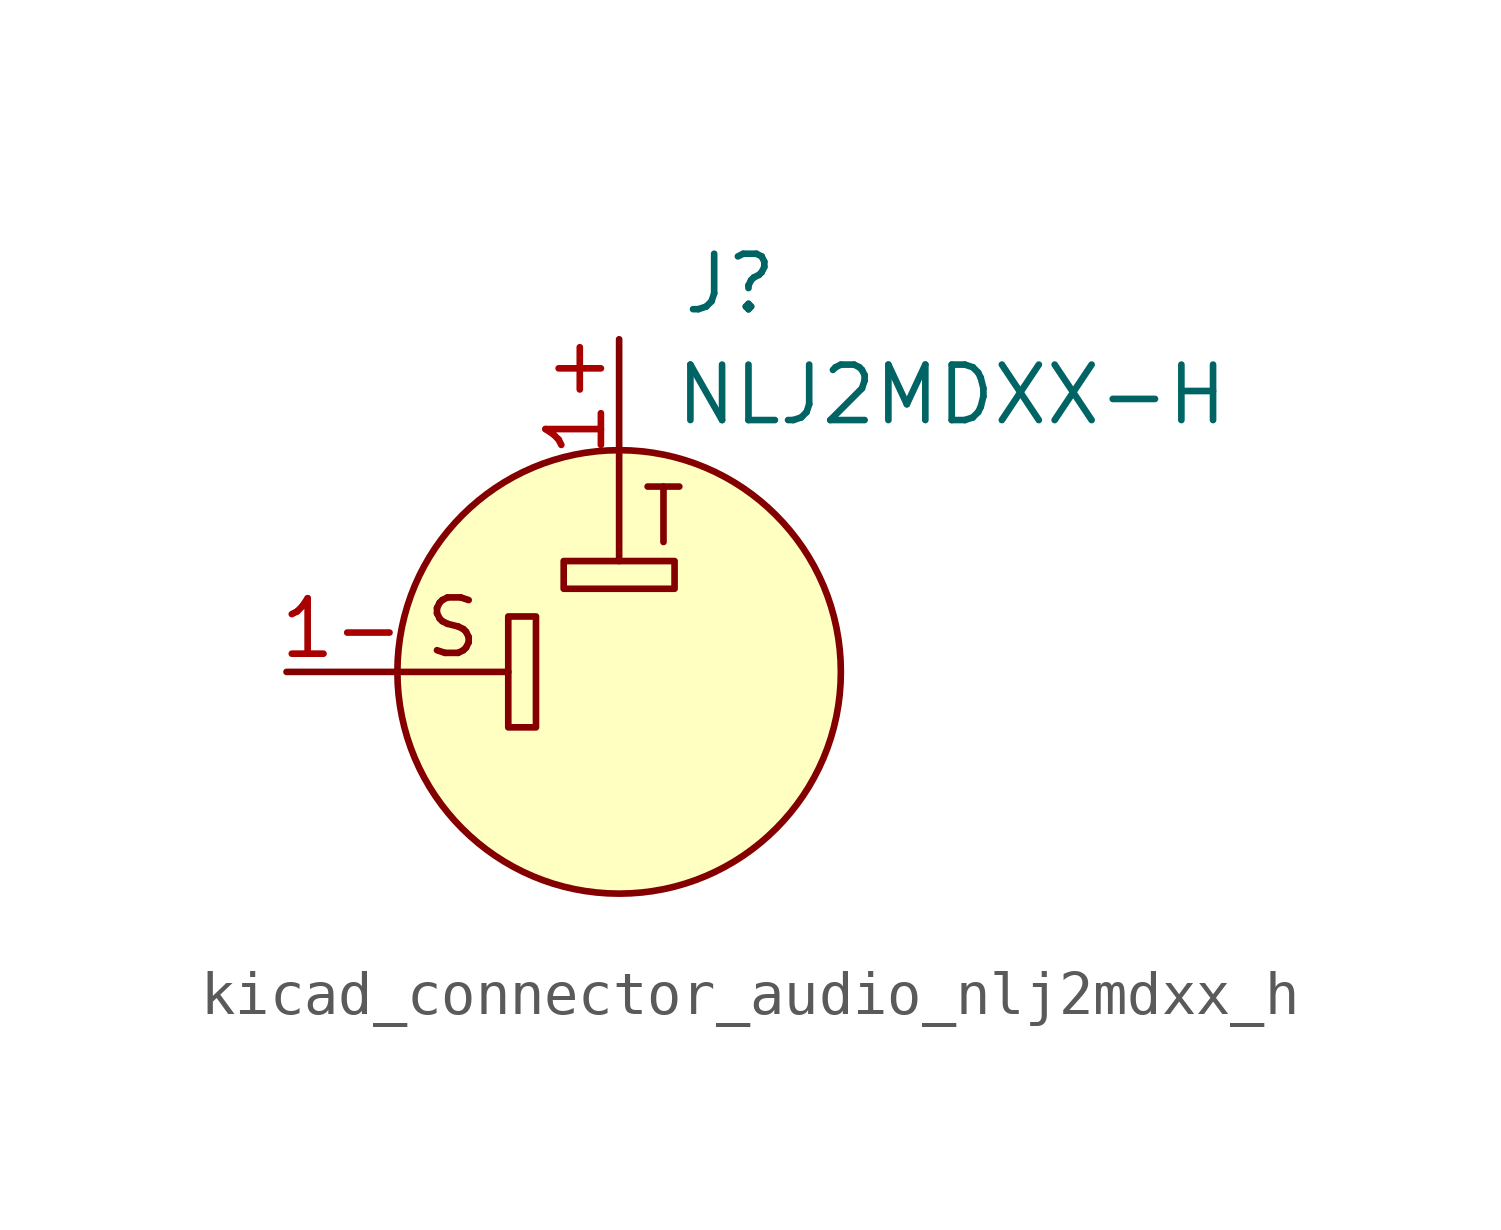
<source format=kicad_sym>
(kicad_symbol_lib
  (version 20220914)
  (generator kicad_symbol_editor)
  (symbol "kicad_connector_audio_nlj2mdxx_h"
    (pin_names hide)
    (property "Reference" "J"
      (at 2.54 8.89 0)
      (effects (font (size 1.27 1.27))))
    (property "Value" "NLJ2MDXX-H"
      (at 7.62 6.35 0)
      (effects (font (size 1.27 1.27))))
    (symbol "kicad_connector_audio_nlj2mdxx_h_0_0"
      (text "S" (at -3.81 1.016 0) (effects (font (size 1.27 1.27))))
      (text "T" (at 1.016 3.556 0) (effects (font (size 1.27 1.27)))))
    (symbol "kicad_connector_audio_nlj2mdxx_h_0_1"
      (rectangle (start -2.54 1.27) (end -1.905 -1.27) (stroke (width 0) (type default)) (fill (type none)))
      (rectangle (start -1.27 2.54) (end 1.27 1.905) (stroke (width 0) (type default)) (fill (type none)))
      (polyline (pts (xy -5.08 0) (xy -2.54 0)) (stroke (width 0) (type default)) (fill (type none)))
      (polyline (pts (xy 0 5.08) (xy 0 2.54)) (stroke (width 0) (type default)) (fill (type none)))
      (circle (center 0 0) (radius 5.08) (stroke (width 0) (type default)) (fill (type background)))
      (pin passive line (at -7.62 0 0) (length 2.54) (name "1-" (effects (font (size 1.27 1.27)))) (number "1-" (effects (font (size 1.27 1.27))))))
    (symbol "kicad_connector_audio_nlj2mdxx_h_1_1"
      (pin passive line (at 0 7.62 270) (length 2.54) (name "1+" (effects (font (size 1.27 1.27)))) (number "1+" (effects (font (size 1.27 1.27))))))))
</source>
